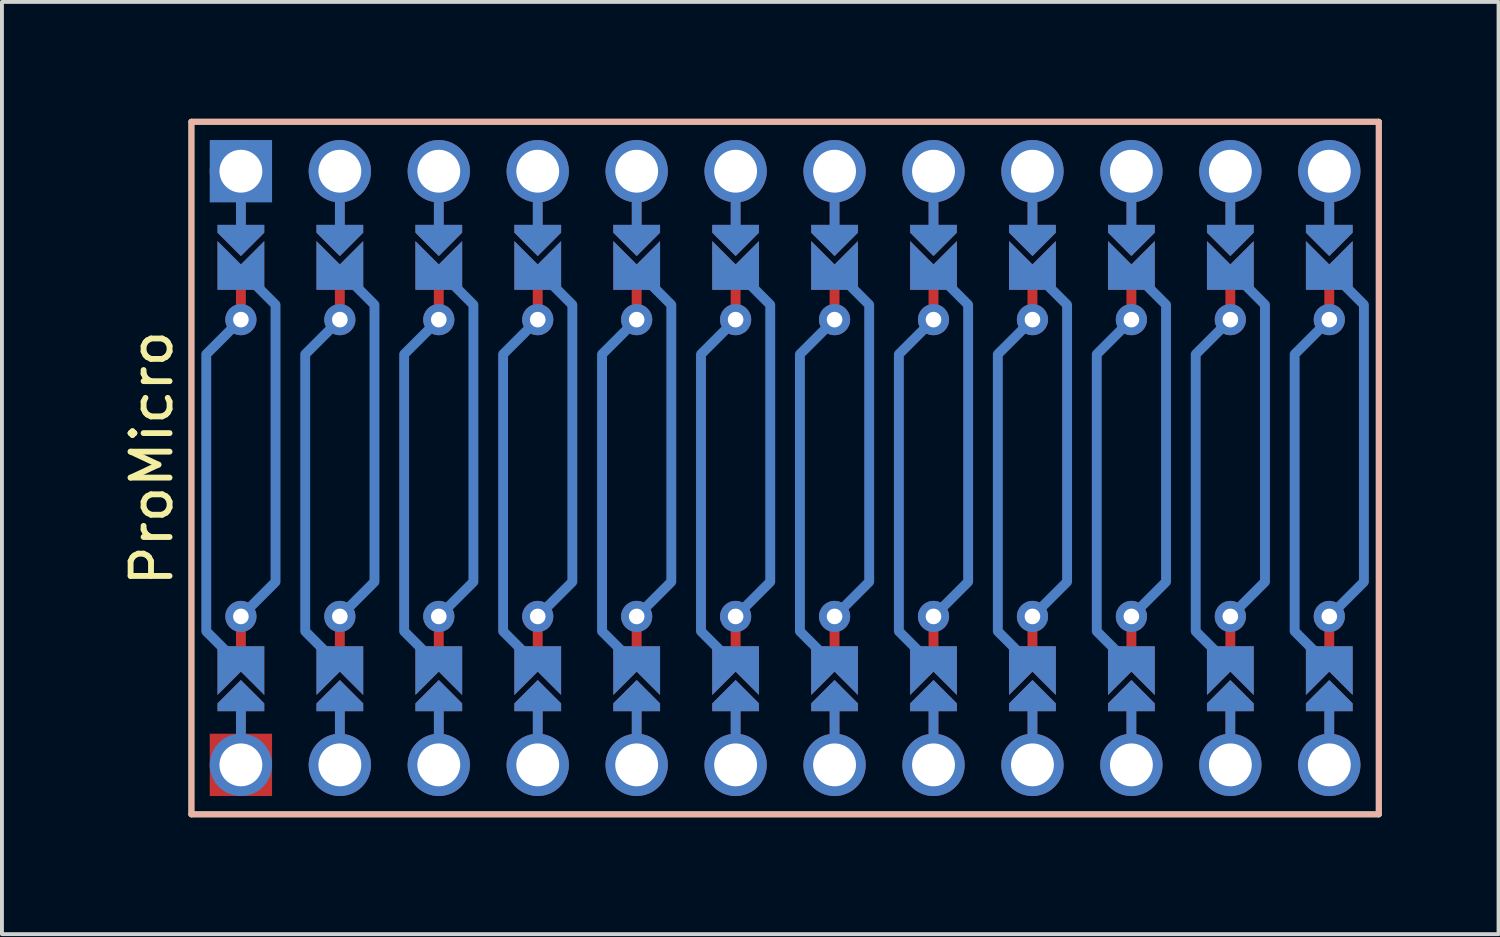
<source format=kicad_pcb>
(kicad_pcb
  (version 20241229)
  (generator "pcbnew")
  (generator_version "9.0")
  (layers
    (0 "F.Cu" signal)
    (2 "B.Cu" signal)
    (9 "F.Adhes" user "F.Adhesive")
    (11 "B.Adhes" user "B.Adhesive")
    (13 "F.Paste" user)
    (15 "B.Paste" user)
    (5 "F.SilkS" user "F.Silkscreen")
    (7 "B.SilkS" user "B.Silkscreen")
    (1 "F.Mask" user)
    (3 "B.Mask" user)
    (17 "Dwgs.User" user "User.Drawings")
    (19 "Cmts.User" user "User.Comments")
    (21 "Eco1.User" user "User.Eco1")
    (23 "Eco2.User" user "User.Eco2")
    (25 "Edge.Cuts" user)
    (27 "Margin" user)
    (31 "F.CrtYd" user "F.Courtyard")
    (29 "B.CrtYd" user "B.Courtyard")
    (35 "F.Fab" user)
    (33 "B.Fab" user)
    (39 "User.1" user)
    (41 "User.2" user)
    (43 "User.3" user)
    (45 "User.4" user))
  (footprint "ProMicro"
    (layer "F.Cu")
    (at 17.104 8.965)
    (property "Reference" "ProMicro" (at -16.256 -0.254 90) (layer "F.SilkS") (effects (font (size 1 1) (thickness 0.15))))
    (attr through_hole)
    (fp_poly (pts (xy -14.478 5.08) (xy -13.462 5.08) (xy -13.462 6.096) (xy -14.478 6.096)) (stroke (width 0.2) (type solid)) (fill yes) (layer "F.Mask"))
    (fp_poly (pts (xy -13.462 -5.08) (xy -14.478 -5.08) (xy -14.478 -6.096) (xy -13.462 -6.096)) (stroke (width 0.2) (type solid)) (fill yes) (layer "F.Mask"))
    (fp_poly (pts (xy -11.938 5.08) (xy -10.922 5.08) (xy -10.922 6.096) (xy -11.938 6.096)) (stroke (width 0.2) (type solid)) (fill yes) (layer "F.Mask"))
    (fp_poly (pts (xy -10.922 -5.08) (xy -11.938 -5.08) (xy -11.938 -6.096) (xy -10.922 -6.096)) (stroke (width 0.2) (type solid)) (fill yes) (layer "F.Mask"))
    (fp_poly (pts (xy -9.398 5.08) (xy -8.382 5.08) (xy -8.382 6.096) (xy -9.398 6.096)) (stroke (width 0.2) (type solid)) (fill yes) (layer "F.Mask"))
    (fp_poly (pts (xy -8.382 -5.08) (xy -9.398 -5.08) (xy -9.398 -6.096) (xy -8.382 -6.096)) (stroke (width 0.2) (type solid)) (fill yes) (layer "F.Mask"))
    (fp_poly (pts (xy -6.858 5.08) (xy -5.842 5.08) (xy -5.842 6.096) (xy -6.858 6.096)) (stroke (width 0.2) (type solid)) (fill yes) (layer "F.Mask"))
    (fp_poly (pts (xy -5.842 -5.08) (xy -6.858 -5.08) (xy -6.858 -6.096) (xy -5.842 -6.096)) (stroke (width 0.2) (type solid)) (fill yes) (layer "F.Mask"))
    (fp_poly (pts (xy -4.318 5.08) (xy -3.302 5.08) (xy -3.302 6.096) (xy -4.318 6.096)) (stroke (width 0.2) (type solid)) (fill yes) (layer "F.Mask"))
    (fp_poly (pts (xy -3.302 -5.08) (xy -4.318 -5.08) (xy -4.318 -6.096) (xy -3.302 -6.096)) (stroke (width 0.2) (type solid)) (fill yes) (layer "F.Mask"))
    (fp_poly (pts (xy -1.778 5.08) (xy -0.762 5.08) (xy -0.762 6.096) (xy -1.778 6.096)) (stroke (width 0.2) (type solid)) (fill yes) (layer "F.Mask"))
    (fp_poly (pts (xy -0.762 -5.08) (xy -1.778 -5.08) (xy -1.778 -6.096) (xy -0.762 -6.096)) (stroke (width 0.2) (type solid)) (fill yes) (layer "F.Mask"))
    (fp_poly (pts (xy 0.762 5.08) (xy 1.778 5.08) (xy 1.778 6.096) (xy 0.762 6.096)) (stroke (width 0.2) (type solid)) (fill yes) (layer "F.Mask"))
    (fp_poly (pts (xy 1.778 -5.08) (xy 0.762 -5.08) (xy 0.762 -6.096) (xy 1.778 -6.096)) (stroke (width 0.2) (type solid)) (fill yes) (layer "F.Mask"))
    (fp_poly (pts (xy 3.302 5.08) (xy 4.318 5.08) (xy 4.318 6.096) (xy 3.302 6.096)) (stroke (width 0.2) (type solid)) (fill yes) (layer "F.Mask"))
    (fp_poly (pts (xy 4.318 -5.08) (xy 3.302 -5.08) (xy 3.302 -6.096) (xy 4.318 -6.096)) (stroke (width 0.2) (type solid)) (fill yes) (layer "F.Mask"))
    (fp_poly (pts (xy 5.842 5.08) (xy 6.858 5.08) (xy 6.858 6.096) (xy 5.842 6.096)) (stroke (width 0.2) (type solid)) (fill yes) (layer "F.Mask"))
    (fp_poly (pts (xy 6.858 -5.08) (xy 5.842 -5.08) (xy 5.842 -6.096) (xy 6.858 -6.096)) (stroke (width 0.2) (type solid)) (fill yes) (layer "F.Mask"))
    (fp_poly (pts (xy 8.382 5.08) (xy 9.398 5.08) (xy 9.398 6.096) (xy 8.382 6.096)) (stroke (width 0.2) (type solid)) (fill yes) (layer "F.Mask"))
    (fp_poly (pts (xy 9.398 -5.08) (xy 8.382 -5.08) (xy 8.382 -6.096) (xy 9.398 -6.096)) (stroke (width 0.2) (type solid)) (fill yes) (layer "F.Mask"))
    (fp_poly (pts (xy 10.922 5.08) (xy 11.938 5.08) (xy 11.938 6.096) (xy 10.922 6.096)) (stroke (width 0.2) (type solid)) (fill yes) (layer "F.Mask"))
    (fp_poly (pts (xy 11.938 -5.08) (xy 10.922 -5.08) (xy 10.922 -6.096) (xy 11.938 -6.096)) (stroke (width 0.2) (type solid)) (fill yes) (layer "F.Mask"))
    (fp_poly (pts (xy 13.462 5.08) (xy 14.478 5.08) (xy 14.478 6.096) (xy 13.462 6.096)) (stroke (width 0.2) (type solid)) (fill yes) (layer "F.Mask"))
    (fp_poly (pts (xy 14.478 -5.08) (xy 13.462 -5.08) (xy 13.462 -6.096) (xy 14.478 -6.096)) (stroke (width 0.2) (type solid)) (fill yes) (layer "F.Mask"))
    (fp_poly (pts (xy -14.478 5.08) (xy -13.462 5.08) (xy -13.462 6.096) (xy -14.478 6.096)) (stroke (width 0.2) (type solid)) (fill yes) (layer "B.Mask"))
    (fp_poly (pts (xy -13.462 -5.08) (xy -14.478 -5.08) (xy -14.478 -6.096) (xy -13.462 -6.096)) (stroke (width 0.2) (type solid)) (fill yes) (layer "B.Mask"))
    (fp_poly (pts (xy -11.938 5.08) (xy -10.922 5.08) (xy -10.922 6.096) (xy -11.938 6.096)) (stroke (width 0.2) (type solid)) (fill yes) (layer "B.Mask"))
    (fp_poly (pts (xy -10.922 -5.08) (xy -11.938 -5.08) (xy -11.938 -6.096) (xy -10.922 -6.096)) (stroke (width 0.2) (type solid)) (fill yes) (layer "B.Mask"))
    (fp_poly (pts (xy -9.398 5.08) (xy -8.382 5.08) (xy -8.382 6.096) (xy -9.398 6.096)) (stroke (width 0.2) (type solid)) (fill yes) (layer "B.Mask"))
    (fp_poly (pts (xy -8.382 -5.08) (xy -9.398 -5.08) (xy -9.398 -6.096) (xy -8.382 -6.096)) (stroke (width 0.2) (type solid)) (fill yes) (layer "B.Mask"))
    (fp_poly (pts (xy -6.858 5.08) (xy -5.842 5.08) (xy -5.842 6.096) (xy -6.858 6.096)) (stroke (width 0.2) (type solid)) (fill yes) (layer "B.Mask"))
    (fp_poly (pts (xy -5.842 -5.08) (xy -6.858 -5.08) (xy -6.858 -6.096) (xy -5.842 -6.096)) (stroke (width 0.2) (type solid)) (fill yes) (layer "B.Mask"))
    (fp_poly (pts (xy -4.318 5.08) (xy -3.302 5.08) (xy -3.302 6.096) (xy -4.318 6.096)) (stroke (width 0.2) (type solid)) (fill yes) (layer "B.Mask"))
    (fp_poly (pts (xy -3.302 -5.08) (xy -4.318 -5.08) (xy -4.318 -6.096) (xy -3.302 -6.096)) (stroke (width 0.2) (type solid)) (fill yes) (layer "B.Mask"))
    (fp_poly (pts (xy -1.778 5.08) (xy -0.762 5.08) (xy -0.762 6.096) (xy -1.778 6.096)) (stroke (width 0.2) (type solid)) (fill yes) (layer "B.Mask"))
    (fp_poly (pts (xy -0.762 -5.08) (xy -1.778 -5.08) (xy -1.778 -6.096) (xy -0.762 -6.096)) (stroke (width 0.2) (type solid)) (fill yes) (layer "B.Mask"))
    (fp_poly (pts (xy 0.762 5.08) (xy 1.778 5.08) (xy 1.778 6.096) (xy 0.762 6.096)) (stroke (width 0.2) (type solid)) (fill yes) (layer "B.Mask"))
    (fp_poly (pts (xy 1.778 -5.08) (xy 0.762 -5.08) (xy 0.762 -6.096) (xy 1.778 -6.096)) (stroke (width 0.2) (type solid)) (fill yes) (layer "B.Mask"))
    (fp_poly (pts (xy 3.302 5.08) (xy 4.318 5.08) (xy 4.318 6.096) (xy 3.302 6.096)) (stroke (width 0.2) (type solid)) (fill yes) (layer "B.Mask"))
    (fp_poly (pts (xy 4.318 -5.08) (xy 3.302 -5.08) (xy 3.302 -6.096) (xy 4.318 -6.096)) (stroke (width 0.2) (type solid)) (fill yes) (layer "B.Mask"))
    (fp_poly (pts (xy 5.842 5.08) (xy 6.858 5.08) (xy 6.858 6.096) (xy 5.842 6.096)) (stroke (width 0.2) (type solid)) (fill yes) (layer "B.Mask"))
    (fp_poly (pts (xy 6.858 -5.08) (xy 5.842 -5.08) (xy 5.842 -6.096) (xy 6.858 -6.096)) (stroke (width 0.2) (type solid)) (fill yes) (layer "B.Mask"))
    (fp_poly (pts (xy 8.382 5.08) (xy 9.398 5.08) (xy 9.398 6.096) (xy 8.382 6.096)) (stroke (width 0.2) (type solid)) (fill yes) (layer "B.Mask"))
    (fp_poly (pts (xy 9.398 -5.08) (xy 8.382 -5.08) (xy 8.382 -6.096) (xy 9.398 -6.096)) (stroke (width 0.2) (type solid)) (fill yes) (layer "B.Mask"))
    (fp_poly (pts (xy 10.922 5.08) (xy 11.938 5.08) (xy 11.938 6.096) (xy 10.922 6.096)) (stroke (width 0.2) (type solid)) (fill yes) (layer "B.Mask"))
    (fp_poly (pts (xy 11.938 -5.08) (xy 10.922 -5.08) (xy 10.922 -6.096) (xy 11.938 -6.096)) (stroke (width 0.2) (type solid)) (fill yes) (layer "B.Mask"))
    (fp_poly (pts (xy 13.462 5.08) (xy 14.478 5.08) (xy 14.478 6.096) (xy 13.462 6.096)) (stroke (width 0.2) (type solid)) (fill yes) (layer "B.Mask"))
    (fp_poly (pts (xy 14.478 -5.08) (xy 13.462 -5.08) (xy 13.462 -6.096) (xy 14.478 -6.096)) (stroke (width 0.2) (type solid)) (fill yes) (layer "B.Mask"))
    (fp_line (start -15.24 -8.89) (end 15.24 -8.89) (stroke (width 0.15) (type solid)) (layer "F.SilkS"))
    (fp_line (start -15.24 8.89) (end -15.24 -8.89) (stroke (width 0.15) (type solid)) (layer "F.SilkS"))
    (fp_line (start -15.24 8.89) (end 15.24 8.89) (stroke (width 0.15) (type solid)) (layer "F.SilkS"))
    (fp_line (start 15.24 -8.89) (end 15.24 8.89) (stroke (width 0.15) (type solid)) (layer "F.SilkS"))
    (fp_line (start -15.24 -8.89) (end 15.24 -8.89) (stroke (width 0.15) (type solid)) (layer "B.SilkS"))
    (fp_line (start -15.24 8.89) (end -15.24 -8.89) (stroke (width 0.15) (type solid)) (layer "B.SilkS"))
    (fp_line (start -15.24 8.89) (end 15.24 8.89) (stroke (width 0.15) (type solid)) (layer "B.SilkS"))
    (fp_line (start 15.24 -8.89) (end 15.24 8.89) (stroke (width 0.15) (type solid)) (layer "B.SilkS"))
    (pad "" thru_hole circle (at -13.97 -7.62) (size 1.6 1.6) (drill 1.1) (layers "*.Cu" "*.Paste" "*.Mask"))
    (pad "" smd rect (at -13.97 -7.62) (size 1.6 1.6) (layers "B.Cu" "B.Mask" "B.Paste"))
    (pad "" smd custom (at -13.97 -6.35) (size 0.25 1) (layers "F.Cu") (options (anchor rect)) (primitives))
    (pad "" smd custom (at -13.97 -6.35) (size 0.25 1) (layers "B.Cu") (options (anchor rect)) (primitives))
    (pad "" smd custom (at -13.97 -5.842) (size 0.1 0.1) (layers "F.Cu" "F.Mask") (options (anchor rect)) (primitives (gr_poly (pts (xy 0.6 -0.4) (xy -0.6 -0.4) (xy -0.6 -0.2) (xy 0 0.4) (xy 0.6 -0.2)) (width 0) (fill yes))))
    (pad "" smd custom (at -13.97 -5.842) (size 0.1 0.1) (layers "B.Cu" "B.Mask") (options (anchor rect)) (primitives (gr_poly (pts (xy 0.6 -0.4) (xy -0.6 -0.4) (xy -0.6 -0.2) (xy 0 0.4) (xy 0.6 -0.2)) (width 0) (fill yes))))
    (pad "" smd custom (at -13.97 5.842 180) (size 0.1 0.1) (layers "F.Cu" "F.Mask") (options (anchor rect)) (primitives (gr_poly (pts (xy 0.6 -0.4) (xy -0.6 -0.4) (xy -0.6 -0.2) (xy 0 0.4) (xy 0.6 -0.2)) (width 0) (fill yes))))
    (pad "" smd custom (at -13.97 5.842 180) (size 0.1 0.1) (layers "B.Cu" "B.Mask") (options (anchor rect)) (primitives (gr_poly (pts (xy 0.6 -0.4) (xy -0.6 -0.4) (xy -0.6 -0.2) (xy 0 0.4) (xy 0.6 -0.2)) (width 0) (fill yes))))
    (pad "" smd custom (at -13.97 6.35 180) (size 0.25 1) (layers "F.Cu") (options (anchor rect)) (primitives))
    (pad "" smd custom (at -13.97 6.35 180) (size 0.25 1) (layers "B.Cu") (options (anchor rect)) (primitives))
    (pad "" thru_hole circle (at -13.97 7.62) (size 1.6 1.6) (drill 1.1) (layers "*.Cu" "*.Paste" "*.Mask"))
    (pad "" smd rect (at -13.97 7.62 270) (size 1.6 1.6) (layers "F.Cu" "F.Mask" "F.Paste"))
    (pad "" thru_hole circle (at -11.43 -7.62) (size 1.6 1.6) (drill 1.1) (layers "*.Cu" "*.Paste" "*.Mask"))
    (pad "" smd custom (at -11.43 -6.35) (size 0.25 1) (layers "F.Cu") (options (anchor rect)) (primitives))
    (pad "" smd custom (at -11.43 -6.35) (size 0.25 1) (layers "B.Cu") (options (anchor rect)) (primitives))
    (pad "" smd custom (at -11.43 -5.842) (size 0.1 0.1) (layers "F.Cu" "F.Mask") (options (anchor rect)) (primitives (gr_poly (pts (xy 0.6 -0.4) (xy -0.6 -0.4) (xy -0.6 -0.2) (xy 0 0.4) (xy 0.6 -0.2)) (width 0) (fill yes))))
    (pad "" smd custom (at -11.43 -5.842) (size 0.1 0.1) (layers "B.Cu" "B.Mask") (options (anchor rect)) (primitives (gr_poly (pts (xy 0.6 -0.4) (xy -0.6 -0.4) (xy -0.6 -0.2) (xy 0 0.4) (xy 0.6 -0.2)) (width 0) (fill yes))))
    (pad "" smd custom (at -11.43 5.842 180) (size 0.1 0.1) (layers "F.Cu" "F.Mask") (options (anchor rect)) (primitives (gr_poly (pts (xy 0.6 -0.4) (xy -0.6 -0.4) (xy -0.6 -0.2) (xy 0 0.4) (xy 0.6 -0.2)) (width 0) (fill yes))))
    (pad "" smd custom (at -11.43 5.842 180) (size 0.1 0.1) (layers "B.Cu" "B.Mask") (options (anchor rect)) (primitives (gr_poly (pts (xy 0.6 -0.4) (xy -0.6 -0.4) (xy -0.6 -0.2) (xy 0 0.4) (xy 0.6 -0.2)) (width 0) (fill yes))))
    (pad "" smd custom (at -11.43 6.35 180) (size 0.25 1) (layers "F.Cu") (options (anchor rect)) (primitives))
    (pad "" smd custom (at -11.43 6.35 180) (size 0.25 1) (layers "B.Cu") (options (anchor rect)) (primitives))
    (pad "" thru_hole circle (at -11.43 7.62) (size 1.6 1.6) (drill 1.1) (layers "*.Cu" "*.Paste" "*.Mask"))
    (pad "" thru_hole circle (at -8.89 -7.62) (size 1.6 1.6) (drill 1.1) (layers "*.Cu" "*.Paste" "*.Mask"))
    (pad "" smd custom (at -8.89 -6.35) (size 0.25 1) (layers "F.Cu") (options (anchor rect)) (primitives))
    (pad "" smd custom (at -8.89 -6.35) (size 0.25 1) (layers "B.Cu") (options (anchor rect)) (primitives))
    (pad "" smd custom (at -8.89 -5.842) (size 0.1 0.1) (layers "F.Cu" "F.Mask") (options (anchor rect)) (primitives (gr_poly (pts (xy 0.6 -0.4) (xy -0.6 -0.4) (xy -0.6 -0.2) (xy 0 0.4) (xy 0.6 -0.2)) (width 0) (fill yes))))
    (pad "" smd custom (at -8.89 -5.842) (size 0.1 0.1) (layers "B.Cu" "B.Mask") (options (anchor rect)) (primitives (gr_poly (pts (xy 0.6 -0.4) (xy -0.6 -0.4) (xy -0.6 -0.2) (xy 0 0.4) (xy 0.6 -0.2)) (width 0) (fill yes))))
    (pad "" smd custom (at -8.89 5.842 180) (size 0.1 0.1) (layers "F.Cu" "F.Mask") (options (anchor rect)) (primitives (gr_poly (pts (xy 0.6 -0.4) (xy -0.6 -0.4) (xy -0.6 -0.2) (xy 0 0.4) (xy 0.6 -0.2)) (width 0) (fill yes))))
    (pad "" smd custom (at -8.89 5.842 180) (size 0.1 0.1) (layers "B.Cu" "B.Mask") (options (anchor rect)) (primitives (gr_poly (pts (xy 0.6 -0.4) (xy -0.6 -0.4) (xy -0.6 -0.2) (xy 0 0.4) (xy 0.6 -0.2)) (width 0) (fill yes))))
    (pad "" smd custom (at -8.89 6.35 180) (size 0.25 1) (layers "F.Cu") (options (anchor rect)) (primitives))
    (pad "" smd custom (at -8.89 6.35 180) (size 0.25 1) (layers "B.Cu") (options (anchor rect)) (primitives))
    (pad "" thru_hole circle (at -8.89 7.62) (size 1.6 1.6) (drill 1.1) (layers "*.Cu" "*.Paste" "*.Mask"))
    (pad "" thru_hole circle (at -6.35 -7.62) (size 1.6 1.6) (drill 1.1) (layers "*.Cu" "*.Paste" "*.Mask"))
    (pad "" smd custom (at -6.35 -6.35) (size 0.25 1) (layers "F.Cu") (options (anchor rect)) (primitives))
    (pad "" smd custom (at -6.35 -6.35) (size 0.25 1) (layers "B.Cu") (options (anchor rect)) (primitives))
    (pad "" smd custom (at -6.35 -5.842) (size 0.1 0.1) (layers "F.Cu" "F.Mask") (options (anchor rect)) (primitives (gr_poly (pts (xy 0.6 -0.4) (xy -0.6 -0.4) (xy -0.6 -0.2) (xy 0 0.4) (xy 0.6 -0.2)) (width 0) (fill yes))))
    (pad "" smd custom (at -6.35 -5.842) (size 0.1 0.1) (layers "B.Cu" "B.Mask") (options (anchor rect)) (primitives (gr_poly (pts (xy 0.6 -0.4) (xy -0.6 -0.4) (xy -0.6 -0.2) (xy 0 0.4) (xy 0.6 -0.2)) (width 0) (fill yes))))
    (pad "" smd custom (at -6.35 5.842 180) (size 0.1 0.1) (layers "F.Cu" "F.Mask") (options (anchor rect)) (primitives (gr_poly (pts (xy 0.6 -0.4) (xy -0.6 -0.4) (xy -0.6 -0.2) (xy 0 0.4) (xy 0.6 -0.2)) (width 0) (fill yes))))
    (pad "" smd custom (at -6.35 5.842 180) (size 0.1 0.1) (layers "B.Cu" "B.Mask") (options (anchor rect)) (primitives (gr_poly (pts (xy 0.6 -0.4) (xy -0.6 -0.4) (xy -0.6 -0.2) (xy 0 0.4) (xy 0.6 -0.2)) (width 0) (fill yes))))
    (pad "" smd custom (at -6.35 6.35 180) (size 0.25 1) (layers "F.Cu") (options (anchor rect)) (primitives))
    (pad "" smd custom (at -6.35 6.35 180) (size 0.25 1) (layers "B.Cu") (options (anchor rect)) (primitives))
    (pad "" thru_hole circle (at -6.35 7.62) (size 1.6 1.6) (drill 1.1) (layers "*.Cu" "*.Paste" "*.Mask"))
    (pad "" thru_hole circle (at -3.81 -7.62) (size 1.6 1.6) (drill 1.1) (layers "*.Cu" "*.Paste" "*.Mask"))
    (pad "" smd custom (at -3.81 -6.35) (size 0.25 1) (layers "F.Cu") (options (anchor rect)) (primitives))
    (pad "" smd custom (at -3.81 -6.35) (size 0.25 1) (layers "B.Cu") (options (anchor rect)) (primitives))
    (pad "" smd custom (at -3.81 -5.842) (size 0.1 0.1) (layers "F.Cu" "F.Mask") (options (anchor rect)) (primitives (gr_poly (pts (xy 0.6 -0.4) (xy -0.6 -0.4) (xy -0.6 -0.2) (xy 0 0.4) (xy 0.6 -0.2)) (width 0) (fill yes))))
    (pad "" smd custom (at -3.81 -5.842) (size 0.1 0.1) (layers "B.Cu" "B.Mask") (options (anchor rect)) (primitives (gr_poly (pts (xy 0.6 -0.4) (xy -0.6 -0.4) (xy -0.6 -0.2) (xy 0 0.4) (xy 0.6 -0.2)) (width 0) (fill yes))))
    (pad "" smd custom (at -3.81 5.842 180) (size 0.1 0.1) (layers "F.Cu" "F.Mask") (options (anchor rect)) (primitives (gr_poly (pts (xy 0.6 -0.4) (xy -0.6 -0.4) (xy -0.6 -0.2) (xy 0 0.4) (xy 0.6 -0.2)) (width 0) (fill yes))))
    (pad "" smd custom (at -3.81 5.842 180) (size 0.1 0.1) (layers "B.Cu" "B.Mask") (options (anchor rect)) (primitives (gr_poly (pts (xy 0.6 -0.4) (xy -0.6 -0.4) (xy -0.6 -0.2) (xy 0 0.4) (xy 0.6 -0.2)) (width 0) (fill yes))))
    (pad "" smd custom (at -3.81 6.35 180) (size 0.25 1) (layers "F.Cu") (options (anchor rect)) (primitives))
    (pad "" smd custom (at -3.81 6.35 180) (size 0.25 1) (layers "B.Cu") (options (anchor rect)) (primitives))
    (pad "" thru_hole circle (at -3.81 7.62) (size 1.6 1.6) (drill 1.1) (layers "*.Cu" "*.Paste" "*.Mask"))
    (pad "" thru_hole circle (at -1.27 -7.62) (size 1.6 1.6) (drill 1.1) (layers "*.Cu" "*.Paste" "*.Mask"))
    (pad "" smd custom (at -1.27 -6.35) (size 0.25 1) (layers "F.Cu") (options (anchor rect)) (primitives))
    (pad "" smd custom (at -1.27 -6.35) (size 0.25 1) (layers "B.Cu") (options (anchor rect)) (primitives))
    (pad "" smd custom (at -1.27 -5.842) (size 0.1 0.1) (layers "F.Cu" "F.Mask") (options (anchor rect)) (primitives (gr_poly (pts (xy 0.6 -0.4) (xy -0.6 -0.4) (xy -0.6 -0.2) (xy 0 0.4) (xy 0.6 -0.2)) (width 0) (fill yes))))
    (pad "" smd custom (at -1.27 -5.842) (size 0.1 0.1) (layers "B.Cu" "B.Mask") (options (anchor rect)) (primitives (gr_poly (pts (xy 0.6 -0.4) (xy -0.6 -0.4) (xy -0.6 -0.2) (xy 0 0.4) (xy 0.6 -0.2)) (width 0) (fill yes))))
    (pad "" smd custom (at -1.27 5.842 180) (size 0.1 0.1) (layers "F.Cu" "F.Mask") (options (anchor rect)) (primitives (gr_poly (pts (xy 0.6 -0.4) (xy -0.6 -0.4) (xy -0.6 -0.2) (xy 0 0.4) (xy 0.6 -0.2)) (width 0) (fill yes))))
    (pad "" smd custom (at -1.27 5.842 180) (size 0.1 0.1) (layers "B.Cu" "B.Mask") (options (anchor rect)) (primitives (gr_poly (pts (xy 0.6 -0.4) (xy -0.6 -0.4) (xy -0.6 -0.2) (xy 0 0.4) (xy 0.6 -0.2)) (width 0) (fill yes))))
    (pad "" smd custom (at -1.27 6.35 180) (size 0.25 1) (layers "F.Cu") (options (anchor rect)) (primitives))
    (pad "" smd custom (at -1.27 6.35 180) (size 0.25 1) (layers "B.Cu") (options (anchor rect)) (primitives))
    (pad "" thru_hole circle (at -1.27 7.62) (size 1.6 1.6) (drill 1.1) (layers "*.Cu" "*.Paste" "*.Mask"))
    (pad "" thru_hole circle (at 1.27 -7.62) (size 1.6 1.6) (drill 1.1) (layers "*.Cu" "*.Paste" "*.Mask"))
    (pad "" smd custom (at 1.27 -6.35) (size 0.25 1) (layers "F.Cu") (options (anchor rect)) (primitives))
    (pad "" smd custom (at 1.27 -6.35) (size 0.25 1) (layers "B.Cu") (options (anchor rect)) (primitives))
    (pad "" smd custom (at 1.27 -5.842) (size 0.1 0.1) (layers "F.Cu" "F.Mask") (options (anchor rect)) (primitives (gr_poly (pts (xy 0.6 -0.4) (xy -0.6 -0.4) (xy -0.6 -0.2) (xy 0 0.4) (xy 0.6 -0.2)) (width 0) (fill yes))))
    (pad "" smd custom (at 1.27 -5.842) (size 0.1 0.1) (layers "B.Cu" "B.Mask") (options (anchor rect)) (primitives (gr_poly (pts (xy 0.6 -0.4) (xy -0.6 -0.4) (xy -0.6 -0.2) (xy 0 0.4) (xy 0.6 -0.2)) (width 0) (fill yes))))
    (pad "" smd custom (at 1.27 5.842 180) (size 0.1 0.1) (layers "F.Cu" "F.Mask") (options (anchor rect)) (primitives (gr_poly (pts (xy 0.6 -0.4) (xy -0.6 -0.4) (xy -0.6 -0.2) (xy 0 0.4) (xy 0.6 -0.2)) (width 0) (fill yes))))
    (pad "" smd custom (at 1.27 5.842 180) (size 0.1 0.1) (layers "B.Cu" "B.Mask") (options (anchor rect)) (primitives (gr_poly (pts (xy 0.6 -0.4) (xy -0.6 -0.4) (xy -0.6 -0.2) (xy 0 0.4) (xy 0.6 -0.2)) (width 0) (fill yes))))
    (pad "" smd custom (at 1.27 6.35 180) (size 0.25 1) (layers "F.Cu") (options (anchor rect)) (primitives))
    (pad "" smd custom (at 1.27 6.35 180) (size 0.25 1) (layers "B.Cu") (options (anchor rect)) (primitives))
    (pad "" thru_hole circle (at 1.27 7.62) (size 1.6 1.6) (drill 1.1) (layers "*.Cu" "*.Paste" "*.Mask"))
    (pad "" thru_hole circle (at 3.81 -7.62) (size 1.6 1.6) (drill 1.1) (layers "*.Cu" "*.Paste" "*.Mask"))
    (pad "" smd custom (at 3.81 -6.35) (size 0.25 1) (layers "F.Cu") (options (anchor rect)) (primitives))
    (pad "" smd custom (at 3.81 -6.35) (size 0.25 1) (layers "B.Cu") (options (anchor rect)) (primitives))
    (pad "" smd custom (at 3.81 -5.842) (size 0.1 0.1) (layers "F.Cu" "F.Mask") (options (anchor rect)) (primitives (gr_poly (pts (xy 0.6 -0.4) (xy -0.6 -0.4) (xy -0.6 -0.2) (xy 0 0.4) (xy 0.6 -0.2)) (width 0) (fill yes))))
    (pad "" smd custom (at 3.81 -5.842) (size 0.1 0.1) (layers "B.Cu" "B.Mask") (options (anchor rect)) (primitives (gr_poly (pts (xy 0.6 -0.4) (xy -0.6 -0.4) (xy -0.6 -0.2) (xy 0 0.4) (xy 0.6 -0.2)) (width 0) (fill yes))))
    (pad "" smd custom (at 3.81 5.842 180) (size 0.1 0.1) (layers "F.Cu" "F.Mask") (options (anchor rect)) (primitives (gr_poly (pts (xy 0.6 -0.4) (xy -0.6 -0.4) (xy -0.6 -0.2) (xy 0 0.4) (xy 0.6 -0.2)) (width 0) (fill yes))))
    (pad "" smd custom (at 3.81 5.842 180) (size 0.1 0.1) (layers "B.Cu" "B.Mask") (options (anchor rect)) (primitives (gr_poly (pts (xy 0.6 -0.4) (xy -0.6 -0.4) (xy -0.6 -0.2) (xy 0 0.4) (xy 0.6 -0.2)) (width 0) (fill yes))))
    (pad "" smd custom (at 3.81 6.35 180) (size 0.25 1) (layers "F.Cu") (options (anchor rect)) (primitives))
    (pad "" smd custom (at 3.81 6.35 180) (size 0.25 1) (layers "B.Cu") (options (anchor rect)) (primitives))
    (pad "" thru_hole circle (at 3.81 7.62) (size 1.6 1.6) (drill 1.1) (layers "*.Cu" "*.Paste" "*.Mask"))
    (pad "" thru_hole circle (at 6.35 -7.62) (size 1.6 1.6) (drill 1.1) (layers "*.Cu" "*.Paste" "*.Mask"))
    (pad "" smd custom (at 6.35 -6.35) (size 0.25 1) (layers "F.Cu") (options (anchor rect)) (primitives))
    (pad "" smd custom (at 6.35 -6.35) (size 0.25 1) (layers "B.Cu") (options (anchor rect)) (primitives))
    (pad "" smd custom (at 6.35 -5.842) (size 0.1 0.1) (layers "F.Cu" "F.Mask") (options (anchor rect)) (primitives (gr_poly (pts (xy 0.6 -0.4) (xy -0.6 -0.4) (xy -0.6 -0.2) (xy 0 0.4) (xy 0.6 -0.2)) (width 0) (fill yes))))
    (pad "" smd custom (at 6.35 -5.842) (size 0.1 0.1) (layers "B.Cu" "B.Mask") (options (anchor rect)) (primitives (gr_poly (pts (xy 0.6 -0.4) (xy -0.6 -0.4) (xy -0.6 -0.2) (xy 0 0.4) (xy 0.6 -0.2)) (width 0) (fill yes))))
    (pad "" smd custom (at 6.35 5.842 180) (size 0.1 0.1) (layers "F.Cu" "F.Mask") (options (anchor rect)) (primitives (gr_poly (pts (xy 0.6 -0.4) (xy -0.6 -0.4) (xy -0.6 -0.2) (xy 0 0.4) (xy 0.6 -0.2)) (width 0) (fill yes))))
    (pad "" smd custom (at 6.35 5.842 180) (size 0.1 0.1) (layers "B.Cu" "B.Mask") (options (anchor rect)) (primitives (gr_poly (pts (xy 0.6 -0.4) (xy -0.6 -0.4) (xy -0.6 -0.2) (xy 0 0.4) (xy 0.6 -0.2)) (width 0) (fill yes))))
    (pad "" smd custom (at 6.35 6.35 180) (size 0.25 1) (layers "F.Cu") (options (anchor rect)) (primitives))
    (pad "" smd custom (at 6.35 6.35 180) (size 0.25 1) (layers "B.Cu") (options (anchor rect)) (primitives))
    (pad "" thru_hole circle (at 6.35 7.62) (size 1.6 1.6) (drill 1.1) (layers "*.Cu" "*.Paste" "*.Mask"))
    (pad "" thru_hole circle (at 8.89 -7.62) (size 1.6 1.6) (drill 1.1) (layers "*.Cu" "*.Paste" "*.Mask"))
    (pad "" smd custom (at 8.89 -6.35) (size 0.25 1) (layers "F.Cu") (options (anchor rect)) (primitives))
    (pad "" smd custom (at 8.89 -6.35) (size 0.25 1) (layers "B.Cu") (options (anchor rect)) (primitives))
    (pad "" smd custom (at 8.89 -5.842) (size 0.1 0.1) (layers "F.Cu" "F.Mask") (options (anchor rect)) (primitives (gr_poly (pts (xy 0.6 -0.4) (xy -0.6 -0.4) (xy -0.6 -0.2) (xy 0 0.4) (xy 0.6 -0.2)) (width 0) (fill yes))))
    (pad "" smd custom (at 8.89 -5.842) (size 0.1 0.1) (layers "B.Cu" "B.Mask") (options (anchor rect)) (primitives (gr_poly (pts (xy 0.6 -0.4) (xy -0.6 -0.4) (xy -0.6 -0.2) (xy 0 0.4) (xy 0.6 -0.2)) (width 0) (fill yes))))
    (pad "" smd custom (at 8.89 5.842 180) (size 0.1 0.1) (layers "F.Cu" "F.Mask") (options (anchor rect)) (primitives (gr_poly (pts (xy 0.6 -0.4) (xy -0.6 -0.4) (xy -0.6 -0.2) (xy 0 0.4) (xy 0.6 -0.2)) (width 0) (fill yes))))
    (pad "" smd custom (at 8.89 5.842 180) (size 0.1 0.1) (layers "B.Cu" "B.Mask") (options (anchor rect)) (primitives (gr_poly (pts (xy 0.6 -0.4) (xy -0.6 -0.4) (xy -0.6 -0.2) (xy 0 0.4) (xy 0.6 -0.2)) (width 0) (fill yes))))
    (pad "" smd custom (at 8.89 6.35 180) (size 0.25 1) (layers "F.Cu") (options (anchor rect)) (primitives))
    (pad "" smd custom (at 8.89 6.35 180) (size 0.25 1) (layers "B.Cu") (options (anchor rect)) (primitives))
    (pad "" thru_hole circle (at 8.89 7.62) (size 1.6 1.6) (drill 1.1) (layers "*.Cu" "*.Paste" "*.Mask"))
    (pad "" thru_hole circle (at 11.43 -7.62) (size 1.6 1.6) (drill 1.1) (layers "*.Cu" "*.Paste" "*.Mask"))
    (pad "" smd custom (at 11.43 -6.35) (size 0.25 1) (layers "F.Cu") (options (anchor rect)) (primitives))
    (pad "" smd custom (at 11.43 -6.35) (size 0.25 1) (layers "B.Cu") (options (anchor rect)) (primitives))
    (pad "" smd custom (at 11.43 -5.842) (size 0.1 0.1) (layers "F.Cu" "F.Mask") (options (anchor rect)) (primitives (gr_poly (pts (xy 0.6 -0.4) (xy -0.6 -0.4) (xy -0.6 -0.2) (xy 0 0.4) (xy 0.6 -0.2)) (width 0) (fill yes))))
    (pad "" smd custom (at 11.43 -5.842) (size 0.1 0.1) (layers "B.Cu" "B.Mask") (options (anchor rect)) (primitives (gr_poly (pts (xy 0.6 -0.4) (xy -0.6 -0.4) (xy -0.6 -0.2) (xy 0 0.4) (xy 0.6 -0.2)) (width 0) (fill yes))))
    (pad "" smd custom (at 11.43 5.842 180) (size 0.1 0.1) (layers "F.Cu" "F.Mask") (options (anchor rect)) (primitives (gr_poly (pts (xy 0.6 -0.4) (xy -0.6 -0.4) (xy -0.6 -0.2) (xy 0 0.4) (xy 0.6 -0.2)) (width 0) (fill yes))))
    (pad "" smd custom (at 11.43 5.842 180) (size 0.1 0.1) (layers "B.Cu" "B.Mask") (options (anchor rect)) (primitives (gr_poly (pts (xy 0.6 -0.4) (xy -0.6 -0.4) (xy -0.6 -0.2) (xy 0 0.4) (xy 0.6 -0.2)) (width 0) (fill yes))))
    (pad "" smd custom (at 11.43 6.35 180) (size 0.25 1) (layers "F.Cu") (options (anchor rect)) (primitives))
    (pad "" smd custom (at 11.43 6.35 180) (size 0.25 1) (layers "B.Cu") (options (anchor rect)) (primitives))
    (pad "" thru_hole circle (at 11.43 7.62) (size 1.6 1.6) (drill 1.1) (layers "*.Cu" "*.Paste" "*.Mask"))
    (pad "" thru_hole circle (at 13.97 -7.62) (size 1.6 1.6) (drill 1.1) (layers "*.Cu" "*.Paste" "*.Mask"))
    (pad "" smd custom (at 13.97 -6.35) (size 0.25 1) (layers "F.Cu") (options (anchor rect)) (primitives))
    (pad "" smd custom (at 13.97 -6.35) (size 0.25 1) (layers "B.Cu") (options (anchor rect)) (primitives))
    (pad "" smd custom (at 13.97 -5.842) (size 0.1 0.1) (layers "F.Cu" "F.Mask") (options (anchor rect)) (primitives (gr_poly (pts (xy 0.6 -0.4) (xy -0.6 -0.4) (xy -0.6 -0.2) (xy 0 0.4) (xy 0.6 -0.2)) (width 0) (fill yes))))
    (pad "" smd custom (at 13.97 -5.842) (size 0.1 0.1) (layers "B.Cu" "B.Mask") (options (anchor rect)) (primitives (gr_poly (pts (xy 0.6 -0.4) (xy -0.6 -0.4) (xy -0.6 -0.2) (xy 0 0.4) (xy 0.6 -0.2)) (width 0) (fill yes))))
    (pad "" smd custom (at 13.97 5.842 180) (size 0.1 0.1) (layers "F.Cu" "F.Mask") (options (anchor rect)) (primitives (gr_poly (pts (xy 0.6 -0.4) (xy -0.6 -0.4) (xy -0.6 -0.2) (xy 0 0.4) (xy 0.6 -0.2)) (width 0) (fill yes))))
    (pad "" smd custom (at 13.97 5.842 180) (size 0.1 0.1) (layers "B.Cu" "B.Mask") (options (anchor rect)) (primitives (gr_poly (pts (xy 0.6 -0.4) (xy -0.6 -0.4) (xy -0.6 -0.2) (xy 0 0.4) (xy 0.6 -0.2)) (width 0) (fill yes))))
    (pad "" smd custom (at 13.97 6.35 180) (size 0.25 1) (layers "F.Cu") (options (anchor rect)) (primitives))
    (pad "" smd custom (at 13.97 6.35 180) (size 0.25 1) (layers "B.Cu") (options (anchor rect)) (primitives))
    (pad "" thru_hole circle (at 13.97 7.62) (size 1.6 1.6) (drill 1.1) (layers "*.Cu" "*.Paste" "*.Mask"))
    (pad "1" smd custom (at -13.97 -4.826) (size 1.2 0.5) (layers "F.Cu" "F.Mask") (options (anchor rect)) (primitives (gr_poly (pts (xy 0.6 0) (xy -0.6 0) (xy -0.6 -1) (xy 0 -0.4) (xy 0.6 -1)) (width 0) (fill yes))))
    (pad "1" smd custom (at -13.97 -3.81) (size 0.25 0.25) (layers "F.Cu") (options (anchor circle)) (primitives (gr_line (start 0 0) (end 0 -1.27) (width 0.254))))
    (pad "1" smd custom (at -13.97 -3.81) (size 0.25 0.25) (layers "B.Cu") (options (anchor circle)) (primitives (gr_line (start 0 0) (end -0.889 0.889) (width 0.254)) (gr_line (start -0.889 0.889) (end -0.889 8.001) (width 0.254)) (gr_line (start -0.889 8.001) (end 0 8.89) (width 0.254))))
    (pad "1" thru_hole circle (at -13.97 -3.81 180) (size 0.8 0.8) (drill 0.4) (layers "*.Cu"))
    (pad "1" smd custom (at -13.97 4.826 180) (size 1.2 0.5) (layers "B.Cu" "B.Mask") (options (anchor rect)) (primitives (gr_poly (pts (xy 0.6 0) (xy -0.6 0) (xy -0.6 -1) (xy 0 -0.4) (xy 0.6 -1)) (width 0) (fill yes))))
    (pad "2" smd custom (at -11.43 -4.826) (size 1.2 0.5) (layers "F.Cu" "F.Mask") (options (anchor rect)) (primitives (gr_poly (pts (xy 0.6 0) (xy -0.6 0) (xy -0.6 -1) (xy 0 -0.4) (xy 0.6 -1)) (width 0) (fill yes))))
    (pad "2" smd custom (at -11.43 -3.81) (size 0.25 0.25) (layers "F.Cu") (options (anchor circle)) (primitives (gr_line (start 0 0) (end 0 -1.27) (width 0.254))))
    (pad "2" smd custom (at -11.43 -3.81) (size 0.25 0.25) (layers "B.Cu") (options (anchor circle)) (primitives (gr_line (start 0 0) (end -0.889 0.889) (width 0.254)) (gr_line (start -0.889 0.889) (end -0.889 8.001) (width 0.254)) (gr_line (start -0.889 8.001) (end 0 8.89) (width 0.254))))
    (pad "2" thru_hole circle (at -11.43 -3.81 180) (size 0.8 0.8) (drill 0.4) (layers "*.Cu"))
    (pad "2" smd custom (at -11.43 4.826 180) (size 1.2 0.5) (layers "B.Cu" "B.Mask") (options (anchor rect)) (primitives (gr_poly (pts (xy 0.6 0) (xy -0.6 0) (xy -0.6 -1) (xy 0 -0.4) (xy 0.6 -1)) (width 0) (fill yes))))
    (pad "3" smd custom (at -8.89 -4.826) (size 1.2 0.5) (layers "F.Cu" "F.Mask") (options (anchor rect)) (primitives (gr_poly (pts (xy 0.6 0) (xy -0.6 0) (xy -0.6 -1) (xy 0 -0.4) (xy 0.6 -1)) (width 0) (fill yes))))
    (pad "3" smd custom (at -8.89 -3.81) (size 0.25 0.25) (layers "F.Cu") (options (anchor circle)) (primitives (gr_line (start 0 0) (end 0 -1.27) (width 0.254))))
    (pad "3" smd custom (at -8.89 -3.81) (size 0.25 0.25) (layers "B.Cu") (options (anchor circle)) (primitives (gr_line (start 0 0) (end -0.889 0.889) (width 0.254)) (gr_line (start -0.889 0.889) (end -0.889 8.001) (width 0.254)) (gr_line (start -0.889 8.001) (end 0 8.89) (width 0.254))))
    (pad "3" thru_hole circle (at -8.89 -3.81 180) (size 0.8 0.8) (drill 0.4) (layers "*.Cu"))
    (pad "3" smd custom (at -8.89 4.826 180) (size 1.2 0.5) (layers "B.Cu" "B.Mask") (options (anchor rect)) (primitives (gr_poly (pts (xy 0.6 0) (xy -0.6 0) (xy -0.6 -1) (xy 0 -0.4) (xy 0.6 -1)) (width 0) (fill yes))))
    (pad "4" smd custom (at -6.35 -4.826) (size 1.2 0.5) (layers "F.Cu" "F.Mask") (options (anchor rect)) (primitives (gr_poly (pts (xy 0.6 0) (xy -0.6 0) (xy -0.6 -1) (xy 0 -0.4) (xy 0.6 -1)) (width 0) (fill yes))))
    (pad "4" smd custom (at -6.35 -3.81) (size 0.25 0.25) (layers "F.Cu") (options (anchor circle)) (primitives (gr_line (start 0 0) (end 0 -1.27) (width 0.254))))
    (pad "4" smd custom (at -6.35 -3.81) (size 0.25 0.25) (layers "B.Cu") (options (anchor circle)) (primitives (gr_line (start 0 0) (end -0.889 0.889) (width 0.254)) (gr_line (start -0.889 0.889) (end -0.889 8.001) (width 0.254)) (gr_line (start -0.889 8.001) (end 0 8.89) (width 0.254))))
    (pad "4" thru_hole circle (at -6.35 -3.81 180) (size 0.8 0.8) (drill 0.4) (layers "*.Cu"))
    (pad "4" smd custom (at -6.35 4.826 180) (size 1.2 0.5) (layers "B.Cu" "B.Mask") (options (anchor rect)) (primitives (gr_poly (pts (xy 0.6 0) (xy -0.6 0) (xy -0.6 -1) (xy 0 -0.4) (xy 0.6 -1)) (width 0) (fill yes))))
    (pad "5" smd custom (at -3.81 -4.826) (size 1.2 0.5) (layers "F.Cu" "F.Mask") (options (anchor rect)) (primitives (gr_poly (pts (xy 0.6 0) (xy -0.6 0) (xy -0.6 -1) (xy 0 -0.4) (xy 0.6 -1)) (width 0) (fill yes))))
    (pad "5" smd custom (at -3.81 -3.81) (size 0.25 0.25) (layers "F.Cu") (options (anchor circle)) (primitives (gr_line (start 0 0) (end 0 -1.27) (width 0.254))))
    (pad "5" smd custom (at -3.81 -3.81) (size 0.25 0.25) (layers "B.Cu") (options (anchor circle)) (primitives (gr_line (start 0 0) (end -0.889 0.889) (width 0.254)) (gr_line (start -0.889 0.889) (end -0.889 8.001) (width 0.254)) (gr_line (start -0.889 8.001) (end 0 8.89) (width 0.254))))
    (pad "5" thru_hole circle (at -3.81 -3.81 180) (size 0.8 0.8) (drill 0.4) (layers "*.Cu"))
    (pad "5" smd custom (at -3.81 4.826 180) (size 1.2 0.5) (layers "B.Cu" "B.Mask") (options (anchor rect)) (primitives (gr_poly (pts (xy 0.6 0) (xy -0.6 0) (xy -0.6 -1) (xy 0 -0.4) (xy 0.6 -1)) (width 0) (fill yes))))
    (pad "6" smd custom (at -1.27 -4.826) (size 1.2 0.5) (layers "F.Cu" "F.Mask") (options (anchor rect)) (primitives (gr_poly (pts (xy 0.6 0) (xy -0.6 0) (xy -0.6 -1) (xy 0 -0.4) (xy 0.6 -1)) (width 0) (fill yes))))
    (pad "6" smd custom (at -1.27 -3.81) (size 0.25 0.25) (layers "F.Cu") (options (anchor circle)) (primitives (gr_line (start 0 0) (end 0 -1.27) (width 0.254))))
    (pad "6" smd custom (at -1.27 -3.81) (size 0.25 0.25) (layers "B.Cu") (options (anchor circle)) (primitives (gr_line (start 0 0) (end -0.889 0.889) (width 0.254)) (gr_line (start -0.889 0.889) (end -0.889 8.001) (width 0.254)) (gr_line (start -0.889 8.001) (end 0 8.89) (width 0.254))))
    (pad "6" thru_hole circle (at -1.27 -3.81 180) (size 0.8 0.8) (drill 0.4) (layers "*.Cu"))
    (pad "6" smd custom (at -1.27 4.826 180) (size 1.2 0.5) (layers "B.Cu" "B.Mask") (options (anchor rect)) (primitives (gr_poly (pts (xy 0.6 0) (xy -0.6 0) (xy -0.6 -1) (xy 0 -0.4) (xy 0.6 -1)) (width 0) (fill yes))))
    (pad "7" smd custom (at 1.27 -4.826) (size 1.2 0.5) (layers "F.Cu" "F.Mask") (options (anchor rect)) (primitives (gr_poly (pts (xy 0.6 0) (xy -0.6 0) (xy -0.6 -1) (xy 0 -0.4) (xy 0.6 -1)) (width 0) (fill yes))))
    (pad "7" smd custom (at 1.27 -3.81) (size 0.25 0.25) (layers "F.Cu") (options (anchor circle)) (primitives (gr_line (start 0 0) (end 0 -1.27) (width 0.254))))
    (pad "7" smd custom (at 1.27 -3.81) (size 0.25 0.25) (layers "B.Cu") (options (anchor circle)) (primitives (gr_line (start 0 0) (end -0.889 0.889) (width 0.254)) (gr_line (start -0.889 0.889) (end -0.889 8.001) (width 0.254)) (gr_line (start -0.889 8.001) (end 0 8.89) (width 0.254))))
    (pad "7" thru_hole circle (at 1.27 -3.81 180) (size 0.8 0.8) (drill 0.4) (layers "*.Cu"))
    (pad "7" smd custom (at 1.27 4.826 180) (size 1.2 0.5) (layers "B.Cu" "B.Mask") (options (anchor rect)) (primitives (gr_poly (pts (xy 0.6 0) (xy -0.6 0) (xy -0.6 -1) (xy 0 -0.4) (xy 0.6 -1)) (width 0) (fill yes))))
    (pad "8" smd custom (at 3.81 -4.826) (size 1.2 0.5) (layers "F.Cu" "F.Mask") (options (anchor rect)) (primitives (gr_poly (pts (xy 0.6 0) (xy -0.6 0) (xy -0.6 -1) (xy 0 -0.4) (xy 0.6 -1)) (width 0) (fill yes))))
    (pad "8" smd custom (at 3.81 -3.81) (size 0.25 0.25) (layers "F.Cu") (options (anchor circle)) (primitives (gr_line (start 0 0) (end 0 -1.27) (width 0.254))))
    (pad "8" smd custom (at 3.81 -3.81) (size 0.25 0.25) (layers "B.Cu") (options (anchor circle)) (primitives (gr_line (start 0 0) (end -0.889 0.889) (width 0.254)) (gr_line (start -0.889 0.889) (end -0.889 8.001) (width 0.254)) (gr_line (start -0.889 8.001) (end 0 8.89) (width 0.254))))
    (pad "8" thru_hole circle (at 3.81 -3.81 180) (size 0.8 0.8) (drill 0.4) (layers "*.Cu"))
    (pad "8" smd custom (at 3.81 4.826 180) (size 1.2 0.5) (layers "B.Cu" "B.Mask") (options (anchor rect)) (primitives (gr_poly (pts (xy 0.6 0) (xy -0.6 0) (xy -0.6 -1) (xy 0 -0.4) (xy 0.6 -1)) (width 0) (fill yes))))
    (pad "9" smd custom (at 6.35 -4.826) (size 1.2 0.5) (layers "F.Cu" "F.Mask") (options (anchor rect)) (primitives (gr_poly (pts (xy 0.6 0) (xy -0.6 0) (xy -0.6 -1) (xy 0 -0.4) (xy 0.6 -1)) (width 0) (fill yes))))
    (pad "9" smd custom (at 6.35 -3.81) (size 0.25 0.25) (layers "F.Cu") (options (anchor circle)) (primitives (gr_line (start 0 0) (end 0 -1.27) (width 0.254))))
    (pad "9" smd custom (at 6.35 -3.81) (size 0.25 0.25) (layers "B.Cu") (options (anchor circle)) (primitives (gr_line (start 0 0) (end -0.889 0.889) (width 0.254)) (gr_line (start -0.889 0.889) (end -0.889 8.001) (width 0.254)) (gr_line (start -0.889 8.001) (end 0 8.89) (width 0.254))))
    (pad "9" thru_hole circle (at 6.35 -3.81 180) (size 0.8 0.8) (drill 0.4) (layers "*.Cu"))
    (pad "9" smd custom (at 6.35 4.826 180) (size 1.2 0.5) (layers "B.Cu" "B.Mask") (options (anchor rect)) (primitives (gr_poly (pts (xy 0.6 0) (xy -0.6 0) (xy -0.6 -1) (xy 0 -0.4) (xy 0.6 -1)) (width 0) (fill yes))))
    (pad "10" smd custom (at 8.89 -4.826) (size 1.2 0.5) (layers "F.Cu" "F.Mask") (options (anchor rect)) (primitives (gr_poly (pts (xy 0.6 0) (xy -0.6 0) (xy -0.6 -1) (xy 0 -0.4) (xy 0.6 -1)) (width 0) (fill yes))))
    (pad "10" smd custom (at 8.89 -3.81) (size 0.25 0.25) (layers "F.Cu") (options (anchor circle)) (primitives (gr_line (start 0 0) (end 0 -1.27) (width 0.254))))
    (pad "10" smd custom (at 8.89 -3.81) (size 0.25 0.25) (layers "B.Cu") (options (anchor circle)) (primitives (gr_line (start 0 0) (end -0.889 0.889) (width 0.254)) (gr_line (start -0.889 0.889) (end -0.889 8.001) (width 0.254)) (gr_line (start -0.889 8.001) (end 0 8.89) (width 0.254))))
    (pad "10" thru_hole circle (at 8.89 -3.81 180) (size 0.8 0.8) (drill 0.4) (layers "*.Cu"))
    (pad "10" smd custom (at 8.89 4.826 180) (size 1.2 0.5) (layers "B.Cu" "B.Mask") (options (anchor rect)) (primitives (gr_poly (pts (xy 0.6 0) (xy -0.6 0) (xy -0.6 -1) (xy 0 -0.4) (xy 0.6 -1)) (width 0) (fill yes))))
    (pad "11" smd custom (at 11.43 -4.826) (size 1.2 0.5) (layers "F.Cu" "F.Mask") (options (anchor rect)) (primitives (gr_poly (pts (xy 0.6 0) (xy -0.6 0) (xy -0.6 -1) (xy 0 -0.4) (xy 0.6 -1)) (width 0) (fill yes))))
    (pad "11" smd custom (at 11.43 -3.81) (size 0.25 0.25) (layers "F.Cu") (options (anchor circle)) (primitives (gr_line (start 0 0) (end 0 -1.27) (width 0.254))))
    (pad "11" smd custom (at 11.43 -3.81) (size 0.25 0.25) (layers "B.Cu") (options (anchor circle)) (primitives (gr_line (start 0 0) (end -0.889 0.889) (width 0.254)) (gr_line (start -0.889 0.889) (end -0.889 8.001) (width 0.254)) (gr_line (start -0.889 8.001) (end 0 8.89) (width 0.254))))
    (pad "11" thru_hole circle (at 11.43 -3.81 180) (size 0.8 0.8) (drill 0.4) (layers "*.Cu"))
    (pad "11" smd custom (at 11.43 4.826 180) (size 1.2 0.5) (layers "B.Cu" "B.Mask") (options (anchor rect)) (primitives (gr_poly (pts (xy 0.6 0) (xy -0.6 0) (xy -0.6 -1) (xy 0 -0.4) (xy 0.6 -1)) (width 0) (fill yes))))
    (pad "12" smd custom (at 13.97 -4.826) (size 1.2 0.5) (layers "F.Cu" "F.Mask") (options (anchor rect)) (primitives (gr_poly (pts (xy 0.6 0) (xy -0.6 0) (xy -0.6 -1) (xy 0 -0.4) (xy 0.6 -1)) (width 0) (fill yes))))
    (pad "12" smd custom (at 13.97 -3.81) (size 0.25 0.25) (layers "F.Cu") (options (anchor circle)) (primitives (gr_line (start 0 0) (end 0 -1.27) (width 0.254))))
    (pad "12" smd custom (at 13.97 -3.81) (size 0.25 0.25) (layers "B.Cu") (options (anchor circle)) (primitives (gr_line (start 0 0) (end -0.889 0.889) (width 0.254)) (gr_line (start -0.889 0.889) (end -0.889 8.001) (width 0.254)) (gr_line (start -0.889 8.001) (end 0 8.89) (width 0.254))))
    (pad "12" thru_hole circle (at 13.97 -3.81 180) (size 0.8 0.8) (drill 0.4) (layers "*.Cu"))
    (pad "12" smd custom (at 13.97 4.826 180) (size 1.2 0.5) (layers "B.Cu" "B.Mask") (options (anchor rect)) (primitives (gr_poly (pts (xy 0.6 0) (xy -0.6 0) (xy -0.6 -1) (xy 0 -0.4) (xy 0.6 -1)) (width 0) (fill yes))))
    (pad "13" smd custom (at 13.97 -4.826) (size 1.2 0.5) (layers "B.Cu" "B.Mask") (options (anchor rect)) (primitives (gr_poly (pts (xy 0.6 0) (xy -0.6 0) (xy -0.6 -1) (xy 0 -0.4) (xy 0.6 -1)) (width 0) (fill yes))))
    (pad "13" smd custom (at 13.97 3.81 180) (size 0.25 0.25) (layers "F.Cu") (options (anchor circle)) (primitives (gr_line (start 0 0) (end 0 -1.27) (width 0.254))))
    (pad "13" smd custom (at 13.97 3.81 180) (size 0.25 0.25) (layers "B.Cu") (options (anchor circle)) (primitives (gr_line (start 0 0) (end -0.889 0.889) (width 0.254)) (gr_line (start -0.889 0.889) (end -0.889 8.001) (width 0.254)) (gr_line (start -0.889 8.001) (end 0 8.89) (width 0.254))))
    (pad "13" thru_hole circle (at 13.97 3.81 180) (size 0.8 0.8) (drill 0.4) (layers "*.Cu"))
    (pad "13" smd custom (at 13.97 4.826 180) (size 1.2 0.5) (layers "F.Cu" "F.Mask") (options (anchor rect)) (primitives (gr_poly (pts (xy 0.6 0) (xy -0.6 0) (xy -0.6 -1) (xy 0 -0.4) (xy 0.6 -1)) (width 0) (fill yes))))
    (pad "14" smd custom (at 11.43 -4.826) (size 1.2 0.5) (layers "B.Cu" "B.Mask") (options (anchor rect)) (primitives (gr_poly (pts (xy 0.6 0) (xy -0.6 0) (xy -0.6 -1) (xy 0 -0.4) (xy 0.6 -1)) (width 0) (fill yes))))
    (pad "14" smd custom (at 11.43 3.81 180) (size 0.25 0.25) (layers "F.Cu") (options (anchor circle)) (primitives (gr_line (start 0 0) (end 0 -1.27) (width 0.254))))
    (pad "14" smd custom (at 11.43 3.81 180) (size 0.25 0.25) (layers "B.Cu") (options (anchor circle)) (primitives (gr_line (start 0 0) (end -0.889 0.889) (width 0.254)) (gr_line (start -0.889 0.889) (end -0.889 8.001) (width 0.254)) (gr_line (start -0.889 8.001) (end 0 8.89) (width 0.254))))
    (pad "14" thru_hole circle (at 11.43 3.81 180) (size 0.8 0.8) (drill 0.4) (layers "*.Cu"))
    (pad "14" smd custom (at 11.43 4.826 180) (size 1.2 0.5) (layers "F.Cu" "F.Mask") (options (anchor rect)) (primitives (gr_poly (pts (xy 0.6 0) (xy -0.6 0) (xy -0.6 -1) (xy 0 -0.4) (xy 0.6 -1)) (width 0) (fill yes))))
    (pad "15" smd custom (at 8.89 -4.826) (size 1.2 0.5) (layers "B.Cu" "B.Mask") (options (anchor rect)) (primitives (gr_poly (pts (xy 0.6 0) (xy -0.6 0) (xy -0.6 -1) (xy 0 -0.4) (xy 0.6 -1)) (width 0) (fill yes))))
    (pad "15" smd custom (at 8.89 3.81 180) (size 0.25 0.25) (layers "F.Cu") (options (anchor circle)) (primitives (gr_line (start 0 0) (end 0 -1.27) (width 0.254))))
    (pad "15" smd custom (at 8.89 3.81 180) (size 0.25 0.25) (layers "B.Cu") (options (anchor circle)) (primitives (gr_line (start 0 0) (end -0.889 0.889) (width 0.254)) (gr_line (start -0.889 0.889) (end -0.889 8.001) (width 0.254)) (gr_line (start -0.889 8.001) (end 0 8.89) (width 0.254))))
    (pad "15" thru_hole circle (at 8.89 3.81 180) (size 0.8 0.8) (drill 0.4) (layers "*.Cu"))
    (pad "15" smd custom (at 8.89 4.826 180) (size 1.2 0.5) (layers "F.Cu" "F.Mask") (options (anchor rect)) (primitives (gr_poly (pts (xy 0.6 0) (xy -0.6 0) (xy -0.6 -1) (xy 0 -0.4) (xy 0.6 -1)) (width 0) (fill yes))))
    (pad "16" smd custom (at 6.35 -4.826) (size 1.2 0.5) (layers "B.Cu" "B.Mask") (options (anchor rect)) (primitives (gr_poly (pts (xy 0.6 0) (xy -0.6 0) (xy -0.6 -1) (xy 0 -0.4) (xy 0.6 -1)) (width 0) (fill yes))))
    (pad "16" smd custom (at 6.35 3.81 180) (size 0.25 0.25) (layers "F.Cu") (options (anchor circle)) (primitives (gr_line (start 0 0) (end 0 -1.27) (width 0.254))))
    (pad "16" smd custom (at 6.35 3.81 180) (size 0.25 0.25) (layers "B.Cu") (options (anchor circle)) (primitives (gr_line (start 0 0) (end -0.889 0.889) (width 0.254)) (gr_line (start -0.889 0.889) (end -0.889 8.001) (width 0.254)) (gr_line (start -0.889 8.001) (end 0 8.89) (width 0.254))))
    (pad "16" thru_hole circle (at 6.35 3.81 180) (size 0.8 0.8) (drill 0.4) (layers "*.Cu"))
    (pad "16" smd custom (at 6.35 4.826 180) (size 1.2 0.5) (layers "F.Cu" "F.Mask") (options (anchor rect)) (primitives (gr_poly (pts (xy 0.6 0) (xy -0.6 0) (xy -0.6 -1) (xy 0 -0.4) (xy 0.6 -1)) (width 0) (fill yes))))
    (pad "17" smd custom (at 3.81 -4.826) (size 1.2 0.5) (layers "B.Cu" "B.Mask") (options (anchor rect)) (primitives (gr_poly (pts (xy 0.6 0) (xy -0.6 0) (xy -0.6 -1) (xy 0 -0.4) (xy 0.6 -1)) (width 0) (fill yes))))
    (pad "17" smd custom (at 3.81 3.81 180) (size 0.25 0.25) (layers "F.Cu") (options (anchor circle)) (primitives (gr_line (start 0 0) (end 0 -1.27) (width 0.254))))
    (pad "17" smd custom (at 3.81 3.81 180) (size 0.25 0.25) (layers "B.Cu") (options (anchor circle)) (primitives (gr_line (start 0 0) (end -0.889 0.889) (width 0.254)) (gr_line (start -0.889 0.889) (end -0.889 8.001) (width 0.254)) (gr_line (start -0.889 8.001) (end 0 8.89) (width 0.254))))
    (pad "17" thru_hole circle (at 3.81 3.81 180) (size 0.8 0.8) (drill 0.4) (layers "*.Cu"))
    (pad "17" smd custom (at 3.81 4.826 180) (size 1.2 0.5) (layers "F.Cu" "F.Mask") (options (anchor rect)) (primitives (gr_poly (pts (xy 0.6 0) (xy -0.6 0) (xy -0.6 -1) (xy 0 -0.4) (xy 0.6 -1)) (width 0) (fill yes))))
    (pad "18" smd custom (at 1.27 -4.826) (size 1.2 0.5) (layers "B.Cu" "B.Mask") (options (anchor rect)) (primitives (gr_poly (pts (xy 0.6 0) (xy -0.6 0) (xy -0.6 -1) (xy 0 -0.4) (xy 0.6 -1)) (width 0) (fill yes))))
    (pad "18" smd custom (at 1.27 3.81 180) (size 0.25 0.25) (layers "F.Cu") (options (anchor circle)) (primitives (gr_line (start 0 0) (end 0 -1.27) (width 0.254))))
    (pad "18" smd custom (at 1.27 3.81 180) (size 0.25 0.25) (layers "B.Cu") (options (anchor circle)) (primitives (gr_line (start 0 0) (end -0.889 0.889) (width 0.254)) (gr_line (start -0.889 0.889) (end -0.889 8.001) (width 0.254)) (gr_line (start -0.889 8.001) (end 0 8.89) (width 0.254))))
    (pad "18" thru_hole circle (at 1.27 3.81 180) (size 0.8 0.8) (drill 0.4) (layers "*.Cu"))
    (pad "18" smd custom (at 1.27 4.826 180) (size 1.2 0.5) (layers "F.Cu" "F.Mask") (options (anchor rect)) (primitives (gr_poly (pts (xy 0.6 0) (xy -0.6 0) (xy -0.6 -1) (xy 0 -0.4) (xy 0.6 -1)) (width 0) (fill yes))))
    (pad "19" smd custom (at -1.27 -4.826) (size 1.2 0.5) (layers "B.Cu" "B.Mask") (options (anchor rect)) (primitives (gr_poly (pts (xy 0.6 0) (xy -0.6 0) (xy -0.6 -1) (xy 0 -0.4) (xy 0.6 -1)) (width 0) (fill yes))))
    (pad "19" smd custom (at -1.27 3.81 180) (size 0.25 0.25) (layers "F.Cu") (options (anchor circle)) (primitives (gr_line (start 0 0) (end 0 -1.27) (width 0.254))))
    (pad "19" smd custom (at -1.27 3.81 180) (size 0.25 0.25) (layers "B.Cu") (options (anchor circle)) (primitives (gr_line (start 0 0) (end -0.889 0.889) (width 0.254)) (gr_line (start -0.889 0.889) (end -0.889 8.001) (width 0.254)) (gr_line (start -0.889 8.001) (end 0 8.89) (width 0.254))))
    (pad "19" thru_hole circle (at -1.27 3.81 180) (size 0.8 0.8) (drill 0.4) (layers "*.Cu"))
    (pad "19" smd custom (at -1.27 4.826 180) (size 1.2 0.5) (layers "F.Cu" "F.Mask") (options (anchor rect)) (primitives (gr_poly (pts (xy 0.6 0) (xy -0.6 0) (xy -0.6 -1) (xy 0 -0.4) (xy 0.6 -1)) (width 0) (fill yes))))
    (pad "20" smd custom (at -3.81 -4.826) (size 1.2 0.5) (layers "B.Cu" "B.Mask") (options (anchor rect)) (primitives (gr_poly (pts (xy 0.6 0) (xy -0.6 0) (xy -0.6 -1) (xy 0 -0.4) (xy 0.6 -1)) (width 0) (fill yes))))
    (pad "20" smd custom (at -3.81 3.81 180) (size 0.25 0.25) (layers "F.Cu") (options (anchor circle)) (primitives (gr_line (start 0 0) (end 0 -1.27) (width 0.254))))
    (pad "20" smd custom (at -3.81 3.81 180) (size 0.25 0.25) (layers "B.Cu") (options (anchor circle)) (primitives (gr_line (start 0 0) (end -0.889 0.889) (width 0.254)) (gr_line (start -0.889 0.889) (end -0.889 8.001) (width 0.254)) (gr_line (start -0.889 8.001) (end 0 8.89) (width 0.254))))
    (pad "20" thru_hole circle (at -3.81 3.81 180) (size 0.8 0.8) (drill 0.4) (layers "*.Cu"))
    (pad "20" smd custom (at -3.81 4.826 180) (size 1.2 0.5) (layers "F.Cu" "F.Mask") (options (anchor rect)) (primitives (gr_poly (pts (xy 0.6 0) (xy -0.6 0) (xy -0.6 -1) (xy 0 -0.4) (xy 0.6 -1)) (width 0) (fill yes))))
    (pad "21" smd custom (at -6.35 -4.826) (size 1.2 0.5) (layers "B.Cu" "B.Mask") (options (anchor rect)) (primitives (gr_poly (pts (xy 0.6 0) (xy -0.6 0) (xy -0.6 -1) (xy 0 -0.4) (xy 0.6 -1)) (width 0) (fill yes))))
    (pad "21" smd custom (at -6.35 3.81 180) (size 0.25 0.25) (layers "F.Cu") (options (anchor circle)) (primitives (gr_line (start 0 0) (end 0 -1.27) (width 0.254))))
    (pad "21" smd custom (at -6.35 3.81 180) (size 0.25 0.25) (layers "B.Cu") (options (anchor circle)) (primitives (gr_line (start 0 0) (end -0.889 0.889) (width 0.254)) (gr_line (start -0.889 0.889) (end -0.889 8.001) (width 0.254)) (gr_line (start -0.889 8.001) (end 0 8.89) (width 0.254))))
    (pad "21" thru_hole circle (at -6.35 3.81 180) (size 0.8 0.8) (drill 0.4) (layers "*.Cu"))
    (pad "21" smd custom (at -6.35 4.826 180) (size 1.2 0.5) (layers "F.Cu" "F.Mask") (options (anchor rect)) (primitives (gr_poly (pts (xy 0.6 0) (xy -0.6 0) (xy -0.6 -1) (xy 0 -0.4) (xy 0.6 -1)) (width 0) (fill yes))))
    (pad "22" smd custom (at -8.89 -4.826) (size 1.2 0.5) (layers "B.Cu" "B.Mask") (options (anchor rect)) (primitives (gr_poly (pts (xy 0.6 0) (xy -0.6 0) (xy -0.6 -1) (xy 0 -0.4) (xy 0.6 -1)) (width 0) (fill yes))))
    (pad "22" smd custom (at -8.89 3.81 180) (size 0.25 0.25) (layers "F.Cu") (options (anchor circle)) (primitives (gr_line (start 0 0) (end 0 -1.27) (width 0.254))))
    (pad "22" smd custom (at -8.89 3.81 180) (size 0.25 0.25) (layers "B.Cu") (options (anchor circle)) (primitives (gr_line (start 0 0) (end -0.889 0.889) (width 0.254)) (gr_line (start -0.889 0.889) (end -0.889 8.001) (width 0.254)) (gr_line (start -0.889 8.001) (end 0 8.89) (width 0.254))))
    (pad "22" thru_hole circle (at -8.89 3.81 180) (size 0.8 0.8) (drill 0.4) (layers "*.Cu"))
    (pad "22" smd custom (at -8.89 4.826 180) (size 1.2 0.5) (layers "F.Cu" "F.Mask") (options (anchor rect)) (primitives (gr_poly (pts (xy 0.6 0) (xy -0.6 0) (xy -0.6 -1) (xy 0 -0.4) (xy 0.6 -1)) (width 0) (fill yes))))
    (pad "23" smd custom (at -11.43 -4.826) (size 1.2 0.5) (layers "B.Cu" "B.Mask") (options (anchor rect)) (primitives (gr_poly (pts (xy 0.6 0) (xy -0.6 0) (xy -0.6 -1) (xy 0 -0.4) (xy 0.6 -1)) (width 0) (fill yes))))
    (pad "23" smd custom (at -11.43 3.81 180) (size 0.25 0.25) (layers "F.Cu") (options (anchor circle)) (primitives (gr_line (start 0 0) (end 0 -1.27) (width 0.254))))
    (pad "23" smd custom (at -11.43 3.81 180) (size 0.25 0.25) (layers "B.Cu") (options (anchor circle)) (primitives (gr_line (start 0 0) (end -0.889 0.889) (width 0.254)) (gr_line (start -0.889 0.889) (end -0.889 8.001) (width 0.254)) (gr_line (start -0.889 8.001) (end 0 8.89) (width 0.254))))
    (pad "23" thru_hole circle (at -11.43 3.81 180) (size 0.8 0.8) (drill 0.4) (layers "*.Cu"))
    (pad "23" smd custom (at -11.43 4.826 180) (size 1.2 0.5) (layers "F.Cu" "F.Mask") (options (anchor rect)) (primitives (gr_poly (pts (xy 0.6 0) (xy -0.6 0) (xy -0.6 -1) (xy 0 -0.4) (xy 0.6 -1)) (width 0) (fill yes))))
    (pad "24" smd custom (at -13.97 -4.826) (size 1.2 0.5) (layers "B.Cu" "B.Mask") (options (anchor rect)) (primitives (gr_poly (pts (xy 0.6 0) (xy -0.6 0) (xy -0.6 -1) (xy 0 -0.4) (xy 0.6 -1)) (width 0) (fill yes))))
    (pad "24" smd custom (at -13.97 3.81 180) (size 0.25 0.25) (layers "F.Cu") (options (anchor circle)) (primitives (gr_line (start 0 0) (end 0 -1.27) (width 0.254))))
    (pad "24" smd custom (at -13.97 3.81 180) (size 0.25 0.25) (layers "B.Cu") (options (anchor circle)) (primitives (gr_line (start 0 0) (end -0.889 0.889) (width 0.254)) (gr_line (start -0.889 0.889) (end -0.889 8.001) (width 0.254)) (gr_line (start -0.889 8.001) (end 0 8.89) (width 0.254))))
    (pad "24" thru_hole circle (at -13.97 3.81 180) (size 0.8 0.8) (drill 0.4) (layers "*.Cu"))
    (pad "24" smd custom (at -13.97 4.826 180) (size 1.2 0.5) (layers "F.Cu" "F.Mask") (options (anchor rect)) (primitives (gr_poly (pts (xy 0.6 0) (xy -0.6 0) (xy -0.6 -1) (xy 0 -0.4) (xy 0.6 -1)) (width 0) (fill yes)))))
  (gr_rect
    (start -3 -3)
    (end 35.419 20.93)
    (stroke (width 0.1) (type default))
    (fill no)
    (layer "Edge.Cuts")))
</source>
